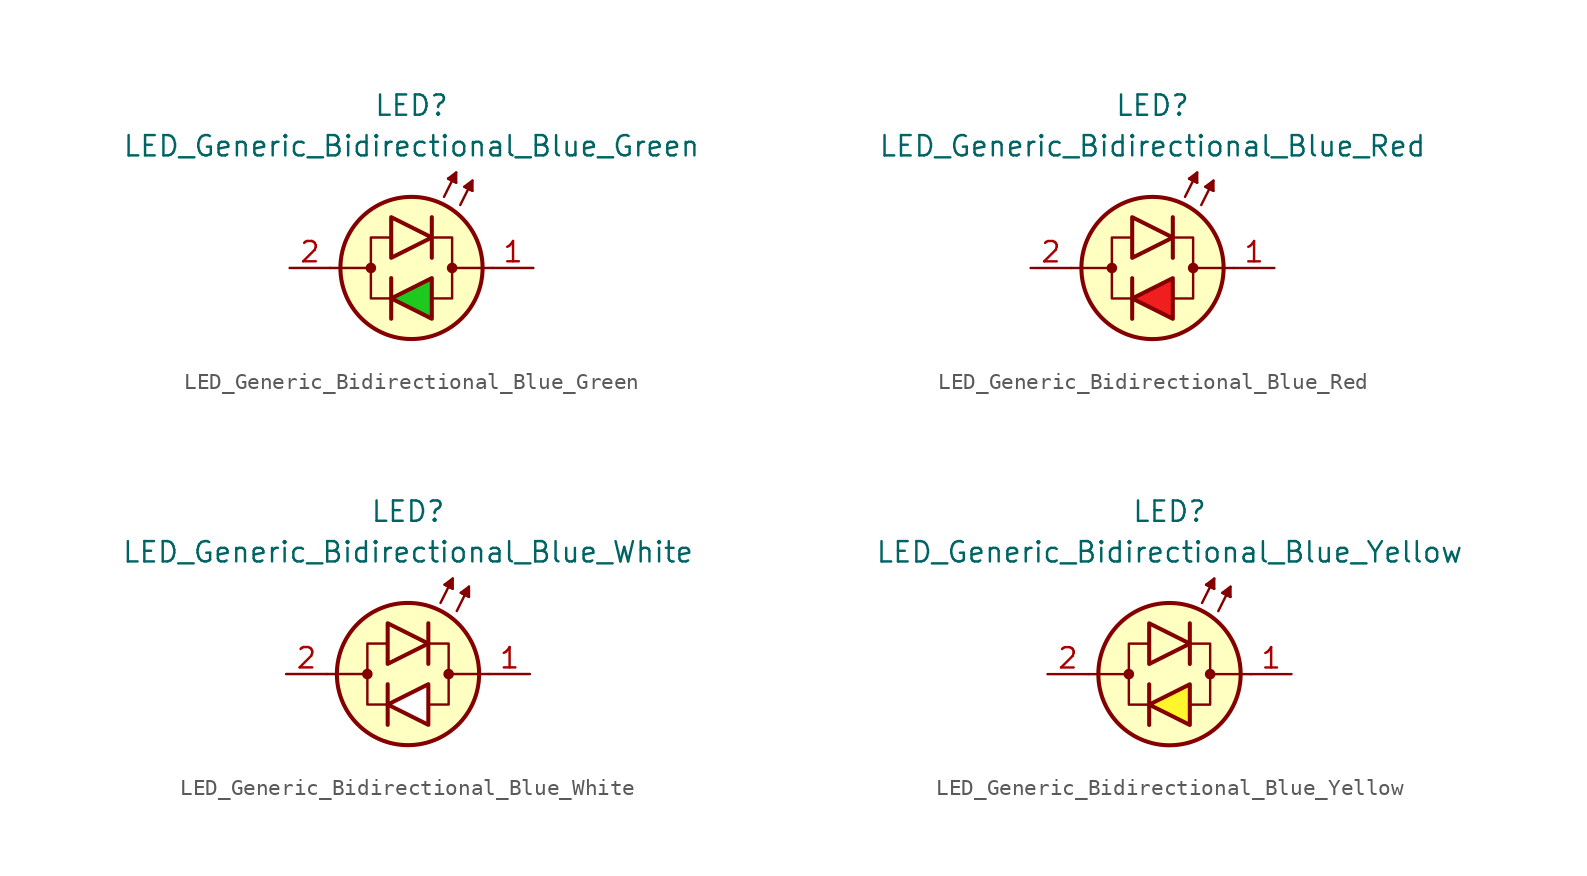
<source format=kicad_sym>
(kicad_symbol_lib
  (version 20231120)
  (generator "kicad_symbol_editor")
  (generator_version "8.0")
  (symbol "LED_Generic_Bidirectional_Blue_Green"
    (pin_names
      (offset 1.016) hide)
    (property "Reference" "LED"
      (at 0 10.16 0)
      (effects (font (size 1.27 1.27))))
    (property "Value" "LED_Generic_Bidirectional_Blue_Green"
      (at 0 7.62 0)
      (effects (font (size 1.27 1.27))))
    (symbol "LED_Generic_Bidirectional_Blue_Green_0_1"
      (circle (center -2.54 0) (radius 0.254) (stroke (width 0) (type default)) (fill (type outline)))
      (polyline (pts (xy -2.54 0) (xy -5.08 0)) (stroke (width 0.152) (type default)) (fill (type none)))
      (polyline (pts (xy -1.27 -3.175) (xy -1.27 -0.635)) (stroke (width 0.254) (type default)) (fill (type none)))
      (polyline (pts (xy 1.27 3.175) (xy 1.27 0.635)) (stroke (width 0.254) (type default)) (fill (type none)))
      (polyline (pts (xy 2.032 4.445) (xy 2.794 5.969)) (stroke (width 0.152) (type default)) (fill (type none)))
      (polyline (pts (xy 2.54 5.461) (xy 2.286 5.588)) (stroke (width 0.152) (type default)) (fill (type none)))
      (polyline (pts (xy 2.54 5.461) (xy 2.794 5.334)) (stroke (width 0.152) (type default)) (fill (type none)))
      (polyline (pts (xy 3.048 3.937) (xy 3.81 5.461)) (stroke (width 0.152) (type default)) (fill (type none)))
      (polyline (pts (xy 3.556 4.953) (xy 3.302 5.08)) (stroke (width 0.152) (type default)) (fill (type none)))
      (polyline (pts (xy 3.556 4.953) (xy 3.81 4.826)) (stroke (width 0.152) (type default)) (fill (type none)))
      (polyline (pts (xy 5.08 0) (xy 2.54 0)) (stroke (width 0.152) (type default)) (fill (type none)))
      (polyline (pts (xy -1.397 1.905) (xy -2.54 1.905) (xy -2.54 -1.905) (xy -1.27 -1.905)) (stroke (width 0.152) (type default)) (fill (type none)))
      (polyline (pts (xy -1.27 3.175) (xy -1.27 0.635) (xy 1.27 1.905) (xy -1.27 3.175)) (stroke (width 0.254) (type default)) (fill (type color) (color 70 70 200 1)))
      (polyline (pts (xy 1.27 -3.175) (xy 1.27 -0.635) (xy -1.27 -1.905) (xy 1.27 -3.175)) (stroke (width 0.254) (type default)) (fill (type color) (color 30 200 30 1)))
      (polyline (pts (xy 1.27 1.905) (xy 2.54 1.905) (xy 2.54 -1.905) (xy 1.27 -1.905)) (stroke (width 0.152) (type default)) (fill (type none)))
      (polyline (pts (xy 2.794 5.334) (xy 2.286 5.588) (xy 2.794 5.969) (xy 2.794 5.334)) (stroke (width 0.152) (type default)) (fill (type outline)))
      (polyline (pts (xy 3.81 4.826) (xy 3.302 5.08) (xy 3.81 5.461) (xy 3.81 4.826)) (stroke (width 0.152) (type default)) (fill (type outline)))
      (circle (center 0 0) (radius 4.445) (stroke (width 0.254) (type default)) (fill (type background)))
      (circle (center 2.54 0) (radius 0.254) (stroke (width 0) (type default)) (fill (type outline))))
    (symbol "LED_Generic_Bidirectional_Blue_Green_1_1"
      (pin passive line (at 7.62 0 180) (length 2.54) (name "K" (effects (font (size 1.27 1.27)))) (number "1" (effects (font (size 1.27 1.27)))))
      (pin passive line (at -7.62 0 0) (length 2.54) (name "A" (effects (font (size 1.27 1.27)))) (number "2" (effects (font (size 1.27 1.27)))))))
  (symbol "LED_Generic_Bidirectional_Blue_Red"
    (pin_names
      (offset 1.016) hide)
    (property "Reference" "LED"
      (at 0 10.16 0)
      (effects (font (size 1.27 1.27))))
    (property "Value" "LED_Generic_Bidirectional_Blue_Red"
      (at 0 7.62 0)
      (effects (font (size 1.27 1.27))))
    (symbol "LED_Generic_Bidirectional_Blue_Red_0_1"
      (circle (center -2.54 0) (radius 0.254) (stroke (width 0) (type default)) (fill (type outline)))
      (polyline (pts (xy -2.54 0) (xy -5.08 0)) (stroke (width 0.152) (type default)) (fill (type none)))
      (polyline (pts (xy -1.27 -3.175) (xy -1.27 -0.635)) (stroke (width 0.254) (type default)) (fill (type none)))
      (polyline (pts (xy 1.27 3.175) (xy 1.27 0.635)) (stroke (width 0.254) (type default)) (fill (type none)))
      (polyline (pts (xy 2.032 4.445) (xy 2.794 5.969)) (stroke (width 0.152) (type default)) (fill (type none)))
      (polyline (pts (xy 2.54 5.461) (xy 2.286 5.588)) (stroke (width 0.152) (type default)) (fill (type none)))
      (polyline (pts (xy 2.54 5.461) (xy 2.794 5.334)) (stroke (width 0.152) (type default)) (fill (type none)))
      (polyline (pts (xy 3.048 3.937) (xy 3.81 5.461)) (stroke (width 0.152) (type default)) (fill (type none)))
      (polyline (pts (xy 3.556 4.953) (xy 3.302 5.08)) (stroke (width 0.152) (type default)) (fill (type none)))
      (polyline (pts (xy 3.556 4.953) (xy 3.81 4.826)) (stroke (width 0.152) (type default)) (fill (type none)))
      (polyline (pts (xy 5.08 0) (xy 2.54 0)) (stroke (width 0.152) (type default)) (fill (type none)))
      (polyline (pts (xy -1.397 1.905) (xy -2.54 1.905) (xy -2.54 -1.905) (xy -1.27 -1.905)) (stroke (width 0.152) (type default)) (fill (type none)))
      (polyline (pts (xy -1.27 3.175) (xy -1.27 0.635) (xy 1.27 1.905) (xy -1.27 3.175)) (stroke (width 0.254) (type default)) (fill (type color) (color 70 70 200 1)))
      (polyline (pts (xy 1.27 -3.175) (xy 1.27 -0.635) (xy -1.27 -1.905) (xy 1.27 -3.175)) (stroke (width 0.254) (type default)) (fill (type color) (color 240 30 30 1)))
      (polyline (pts (xy 1.27 1.905) (xy 2.54 1.905) (xy 2.54 -1.905) (xy 1.27 -1.905)) (stroke (width 0.152) (type default)) (fill (type none)))
      (polyline (pts (xy 2.794 5.334) (xy 2.286 5.588) (xy 2.794 5.969) (xy 2.794 5.334)) (stroke (width 0.152) (type default)) (fill (type outline)))
      (polyline (pts (xy 3.81 4.826) (xy 3.302 5.08) (xy 3.81 5.461) (xy 3.81 4.826)) (stroke (width 0.152) (type default)) (fill (type outline)))
      (circle (center 0 0) (radius 4.445) (stroke (width 0.254) (type default)) (fill (type background)))
      (circle (center 2.54 0) (radius 0.254) (stroke (width 0) (type default)) (fill (type outline))))
    (symbol "LED_Generic_Bidirectional_Blue_Red_1_1"
      (pin passive line (at 7.62 0 180) (length 2.54) (name "K" (effects (font (size 1.27 1.27)))) (number "1" (effects (font (size 1.27 1.27)))))
      (pin passive line (at -7.62 0 0) (length 2.54) (name "A" (effects (font (size 1.27 1.27)))) (number "2" (effects (font (size 1.27 1.27)))))))
  (symbol "LED_Generic_Bidirectional_Blue_White"
    (pin_names
      (offset 1.016) hide)
    (property "Reference" "LED"
      (at 0 10.16 0)
      (effects (font (size 1.27 1.27))))
    (property "Value" "LED_Generic_Bidirectional_Blue_White"
      (at 0 7.62 0)
      (effects (font (size 1.27 1.27))))
    (symbol "LED_Generic_Bidirectional_Blue_White_0_1"
      (circle (center -2.54 0) (radius 0.254) (stroke (width 0) (type default)) (fill (type outline)))
      (polyline (pts (xy -2.54 0) (xy -5.08 0)) (stroke (width 0.152) (type default)) (fill (type none)))
      (polyline (pts (xy -1.27 -3.175) (xy -1.27 -0.635)) (stroke (width 0.254) (type default)) (fill (type none)))
      (polyline (pts (xy 1.27 3.175) (xy 1.27 0.635)) (stroke (width 0.254) (type default)) (fill (type none)))
      (polyline (pts (xy 2.032 4.445) (xy 2.794 5.969)) (stroke (width 0.152) (type default)) (fill (type none)))
      (polyline (pts (xy 2.54 5.461) (xy 2.286 5.588)) (stroke (width 0.152) (type default)) (fill (type none)))
      (polyline (pts (xy 2.54 5.461) (xy 2.794 5.334)) (stroke (width 0.152) (type default)) (fill (type none)))
      (polyline (pts (xy 3.048 3.937) (xy 3.81 5.461)) (stroke (width 0.152) (type default)) (fill (type none)))
      (polyline (pts (xy 3.556 4.953) (xy 3.302 5.08)) (stroke (width 0.152) (type default)) (fill (type none)))
      (polyline (pts (xy 3.556 4.953) (xy 3.81 4.826)) (stroke (width 0.152) (type default)) (fill (type none)))
      (polyline (pts (xy 5.08 0) (xy 2.54 0)) (stroke (width 0.152) (type default)) (fill (type none)))
      (polyline (pts (xy -1.397 1.905) (xy -2.54 1.905) (xy -2.54 -1.905) (xy -1.27 -1.905)) (stroke (width 0.152) (type default)) (fill (type none)))
      (polyline (pts (xy -1.27 3.175) (xy -1.27 0.635) (xy 1.27 1.905) (xy -1.27 3.175)) (stroke (width 0.254) (type default)) (fill (type color) (color 70 70 200 1)))
      (polyline (pts (xy 1.27 -3.175) (xy 1.27 -0.635) (xy -1.27 -1.905) (xy 1.27 -3.175)) (stroke (width 0.254) (type default)) (fill (type color) (color 255 255 255 1)))
      (polyline (pts (xy 1.27 1.905) (xy 2.54 1.905) (xy 2.54 -1.905) (xy 1.27 -1.905)) (stroke (width 0.152) (type default)) (fill (type none)))
      (polyline (pts (xy 2.794 5.334) (xy 2.286 5.588) (xy 2.794 5.969) (xy 2.794 5.334)) (stroke (width 0.152) (type default)) (fill (type outline)))
      (polyline (pts (xy 3.81 4.826) (xy 3.302 5.08) (xy 3.81 5.461) (xy 3.81 4.826)) (stroke (width 0.152) (type default)) (fill (type outline)))
      (circle (center 0 0) (radius 4.445) (stroke (width 0.254) (type default)) (fill (type background)))
      (circle (center 2.54 0) (radius 0.254) (stroke (width 0) (type default)) (fill (type outline))))
    (symbol "LED_Generic_Bidirectional_Blue_White_1_1"
      (pin passive line (at 7.62 0 180) (length 2.54) (name "K" (effects (font (size 1.27 1.27)))) (number "1" (effects (font (size 1.27 1.27)))))
      (pin passive line (at -7.62 0 0) (length 2.54) (name "A" (effects (font (size 1.27 1.27)))) (number "2" (effects (font (size 1.27 1.27)))))))
  (symbol "LED_Generic_Bidirectional_Blue_Yellow"
    (pin_names
      (offset 1.016) hide)
    (property "Reference" "LED"
      (at 0 10.16 0)
      (effects (font (size 1.27 1.27))))
    (property "Value" "LED_Generic_Bidirectional_Blue_Yellow"
      (at 0 7.62 0)
      (effects (font (size 1.27 1.27))))
    (symbol "LED_Generic_Bidirectional_Blue_Yellow_0_1"
      (circle (center -2.54 0) (radius 0.254) (stroke (width 0) (type default)) (fill (type outline)))
      (polyline (pts (xy -2.54 0) (xy -5.08 0)) (stroke (width 0.152) (type default)) (fill (type none)))
      (polyline (pts (xy -1.27 -3.175) (xy -1.27 -0.635)) (stroke (width 0.254) (type default)) (fill (type none)))
      (polyline (pts (xy 1.27 3.175) (xy 1.27 0.635)) (stroke (width 0.254) (type default)) (fill (type none)))
      (polyline (pts (xy 2.032 4.445) (xy 2.794 5.969)) (stroke (width 0.152) (type default)) (fill (type none)))
      (polyline (pts (xy 2.54 5.461) (xy 2.286 5.588)) (stroke (width 0.152) (type default)) (fill (type none)))
      (polyline (pts (xy 2.54 5.461) (xy 2.794 5.334)) (stroke (width 0.152) (type default)) (fill (type none)))
      (polyline (pts (xy 3.048 3.937) (xy 3.81 5.461)) (stroke (width 0.152) (type default)) (fill (type none)))
      (polyline (pts (xy 3.556 4.953) (xy 3.302 5.08)) (stroke (width 0.152) (type default)) (fill (type none)))
      (polyline (pts (xy 3.556 4.953) (xy 3.81 4.826)) (stroke (width 0.152) (type default)) (fill (type none)))
      (polyline (pts (xy 5.08 0) (xy 2.54 0)) (stroke (width 0.152) (type default)) (fill (type none)))
      (polyline (pts (xy -1.397 1.905) (xy -2.54 1.905) (xy -2.54 -1.905) (xy -1.27 -1.905)) (stroke (width 0.152) (type default)) (fill (type none)))
      (polyline (pts (xy -1.27 3.175) (xy -1.27 0.635) (xy 1.27 1.905) (xy -1.27 3.175)) (stroke (width 0.254) (type default)) (fill (type color) (color 70 70 200 1)))
      (polyline (pts (xy 1.27 -3.175) (xy 1.27 -0.635) (xy -1.27 -1.905) (xy 1.27 -3.175)) (stroke (width 0.254) (type default)) (fill (type color) (color 255 245 45 1)))
      (polyline (pts (xy 1.27 1.905) (xy 2.54 1.905) (xy 2.54 -1.905) (xy 1.27 -1.905)) (stroke (width 0.152) (type default)) (fill (type none)))
      (polyline (pts (xy 2.794 5.334) (xy 2.286 5.588) (xy 2.794 5.969) (xy 2.794 5.334)) (stroke (width 0.152) (type default)) (fill (type outline)))
      (polyline (pts (xy 3.81 4.826) (xy 3.302 5.08) (xy 3.81 5.461) (xy 3.81 4.826)) (stroke (width 0.152) (type default)) (fill (type outline)))
      (circle (center 0 0) (radius 4.445) (stroke (width 0.254) (type default)) (fill (type background)))
      (circle (center 2.54 0) (radius 0.254) (stroke (width 0) (type default)) (fill (type outline))))
    (symbol "LED_Generic_Bidirectional_Blue_Yellow_1_1"
      (pin passive line (at 7.62 0 180) (length 2.54) (name "K" (effects (font (size 1.27 1.27)))) (number "1" (effects (font (size 1.27 1.27)))))
      (pin passive line (at -7.62 0 0) (length 2.54) (name "A" (effects (font (size 1.27 1.27)))) (number "2" (effects (font (size 1.27 1.27))))))))
</source>
